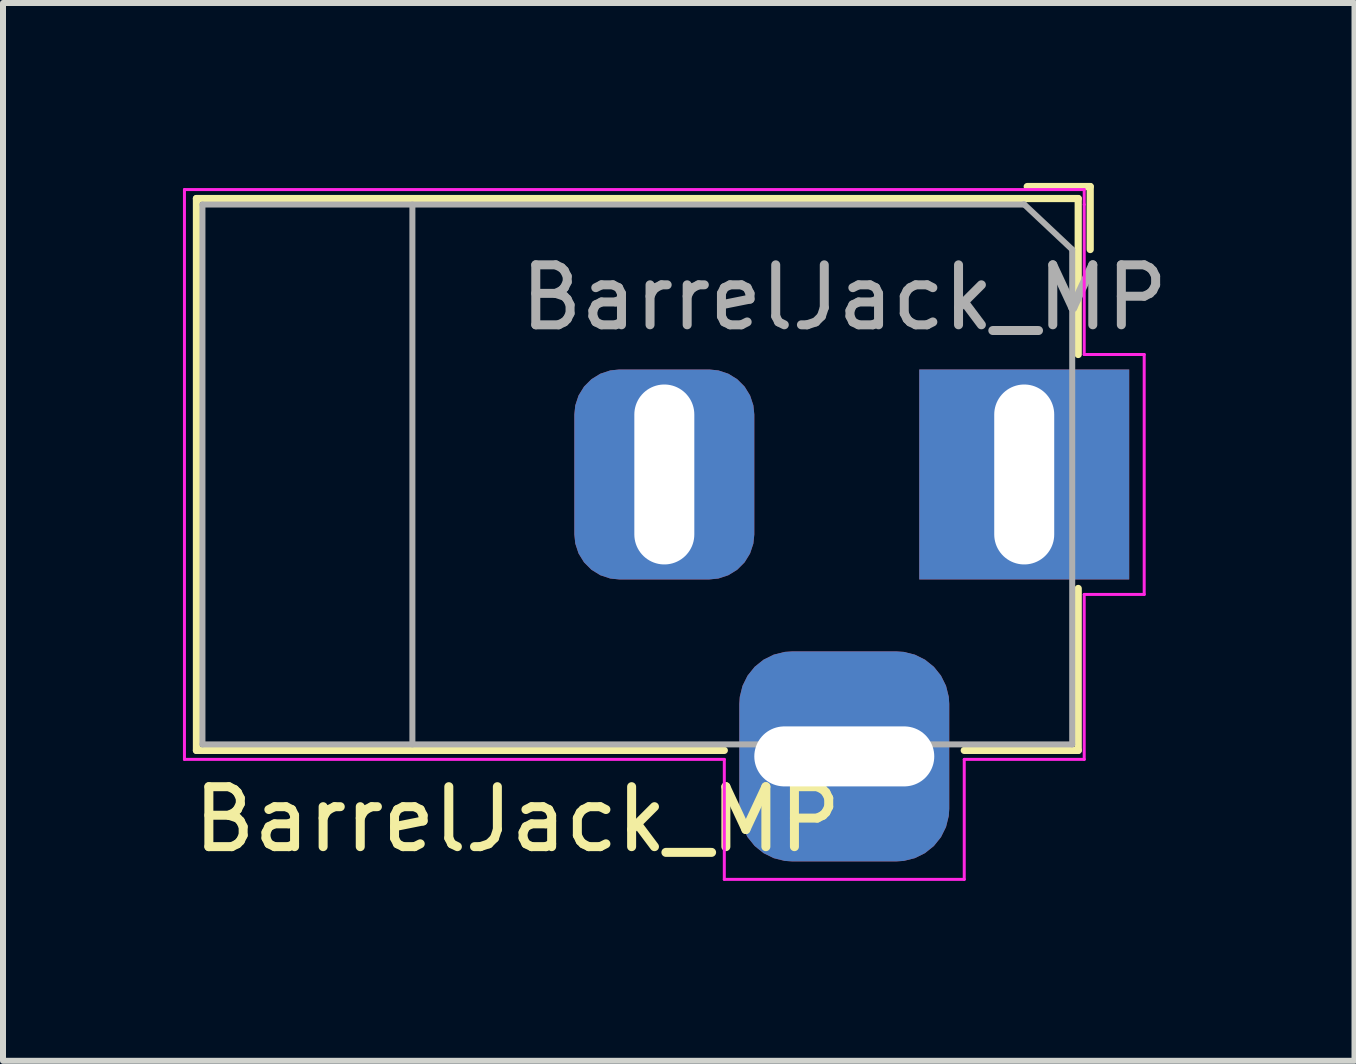
<source format=kicad_pcb>
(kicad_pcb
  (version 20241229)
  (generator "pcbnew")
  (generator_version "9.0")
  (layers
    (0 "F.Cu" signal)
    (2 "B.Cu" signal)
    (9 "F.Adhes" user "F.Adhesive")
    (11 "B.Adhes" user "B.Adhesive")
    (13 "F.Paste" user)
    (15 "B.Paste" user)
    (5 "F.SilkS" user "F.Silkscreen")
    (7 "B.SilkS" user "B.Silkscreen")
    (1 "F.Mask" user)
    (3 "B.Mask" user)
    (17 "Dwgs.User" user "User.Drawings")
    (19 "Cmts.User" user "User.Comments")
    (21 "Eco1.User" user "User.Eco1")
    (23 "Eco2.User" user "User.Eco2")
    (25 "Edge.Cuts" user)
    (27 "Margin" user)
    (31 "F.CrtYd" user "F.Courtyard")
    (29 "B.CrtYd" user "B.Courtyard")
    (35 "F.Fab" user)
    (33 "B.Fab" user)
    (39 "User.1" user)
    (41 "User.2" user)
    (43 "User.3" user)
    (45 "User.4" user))
  (footprint "BarrelJack_MP"
    (layer "F.Cu")
    (at 14.025 4.86)
    (property "Reference" "BarrelJack_MP" (at -8.45 5.75 0) (layer "F.SilkS") (effects (font (size 1 1) (thickness 0.15))))
    (attr through_hole)
    (fp_line (start -13.8 -4.6) (end 0.9 -4.6) (stroke (width 0.12) (type solid)) (layer "F.SilkS"))
    (fp_line (start -13.8 4.6) (end -13.8 -4.6) (stroke (width 0.12) (type solid)) (layer "F.SilkS"))
    (fp_line (start -5 4.6) (end -13.8 4.6) (stroke (width 0.12) (type solid)) (layer "F.SilkS"))
    (fp_line (start 0.05 -4.8) (end 1.1 -4.8) (stroke (width 0.12) (type solid)) (layer "F.SilkS"))
    (fp_line (start 0.9 -4.6) (end 0.9 -2) (stroke (width 0.12) (type solid)) (layer "F.SilkS"))
    (fp_line (start 0.9 1.9) (end 0.9 4.6) (stroke (width 0.12) (type solid)) (layer "F.SilkS"))
    (fp_line (start 0.9 4.6) (end -1 4.6) (stroke (width 0.12) (type solid)) (layer "F.SilkS"))
    (fp_line (start 1.1 -3.75) (end 1.1 -4.8) (stroke (width 0.12) (type solid)) (layer "F.SilkS"))
    (fp_line (start -14 4.75) (end -14 -4.75) (stroke (width 0.05) (type solid)) (layer "F.CrtYd"))
    (fp_line (start -5 4.75) (end -14 4.75) (stroke (width 0.05) (type solid)) (layer "F.CrtYd"))
    (fp_line (start -5 6.75) (end -5 4.75) (stroke (width 0.05) (type solid)) (layer "F.CrtYd"))
    (fp_line (start -1 4.75) (end -1 6.75) (stroke (width 0.05) (type solid)) (layer "F.CrtYd"))
    (fp_line (start -1 6.75) (end -5 6.75) (stroke (width 0.05) (type solid)) (layer "F.CrtYd"))
    (fp_line (start 1 -4.75) (end -14 -4.75) (stroke (width 0.05) (type solid)) (layer "F.CrtYd"))
    (fp_line (start 1 -4.5) (end 1 -4.75) (stroke (width 0.05) (type solid)) (layer "F.CrtYd"))
    (fp_line (start 1 -4.5) (end 1 -2) (stroke (width 0.05) (type solid)) (layer "F.CrtYd"))
    (fp_line (start 1 -2) (end 2 -2) (stroke (width 0.05) (type solid)) (layer "F.CrtYd"))
    (fp_line (start 1 2) (end 1 4.75) (stroke (width 0.05) (type solid)) (layer "F.CrtYd"))
    (fp_line (start 1 4.75) (end -1 4.75) (stroke (width 0.05) (type solid)) (layer "F.CrtYd"))
    (fp_line (start 2 -2) (end 2 2) (stroke (width 0.05) (type solid)) (layer "F.CrtYd"))
    (fp_line (start 2 2) (end 1 2) (stroke (width 0.05) (type solid)) (layer "F.CrtYd"))
    (fp_line (start -13.7 -4.5) (end -13.7 4.5) (stroke (width 0.1) (type solid)) (layer "F.Fab"))
    (fp_line (start -13.7 4.5) (end 0.8 4.5) (stroke (width 0.1) (type solid)) (layer "F.Fab"))
    (fp_line (start -10.2 -4.5) (end -10.2 4.5) (stroke (width 0.1) (type solid)) (layer "F.Fab"))
    (fp_line (start -0.003 -4.505) (end 0.8 -3.75) (stroke (width 0.1) (type solid)) (layer "F.Fab"))
    (fp_line (start 0 -4.5) (end -13.7 -4.5) (stroke (width 0.1) (type solid)) (layer "F.Fab"))
    (fp_line (start 0.8 4.5) (end 0.8 -3.75) (stroke (width 0.1) (type solid)) (layer "F.Fab"))
    (fp_text user "${REFERENCE}" (at -3 -2.95 0) (layer "F.Fab") (effects (font (size 1 1) (thickness 0.15))))
    (pad "1" thru_hole rect (at 0 0) (size 3.5 3.5) (drill oval 1 3) (layers "*.Cu" "*.Mask"))
    (pad "2" thru_hole roundrect (at -6 0) (size 3 3.5) (drill oval 1 3) (layers "*.Cu" "*.Mask") (roundrect_rratio 0.25))
    (pad "MP" thru_hole roundrect (at -3 4.7) (size 3.5 3.5) (drill oval 3 1) (layers "*.Cu" "*.Mask") (roundrect_rratio 0.25)))
  (gr_rect
    (start -3 -3)
    (end 19.531 14.635)
    (stroke (width 0.1) (type default))
    (fill no)
    (layer "Edge.Cuts")))
</source>
